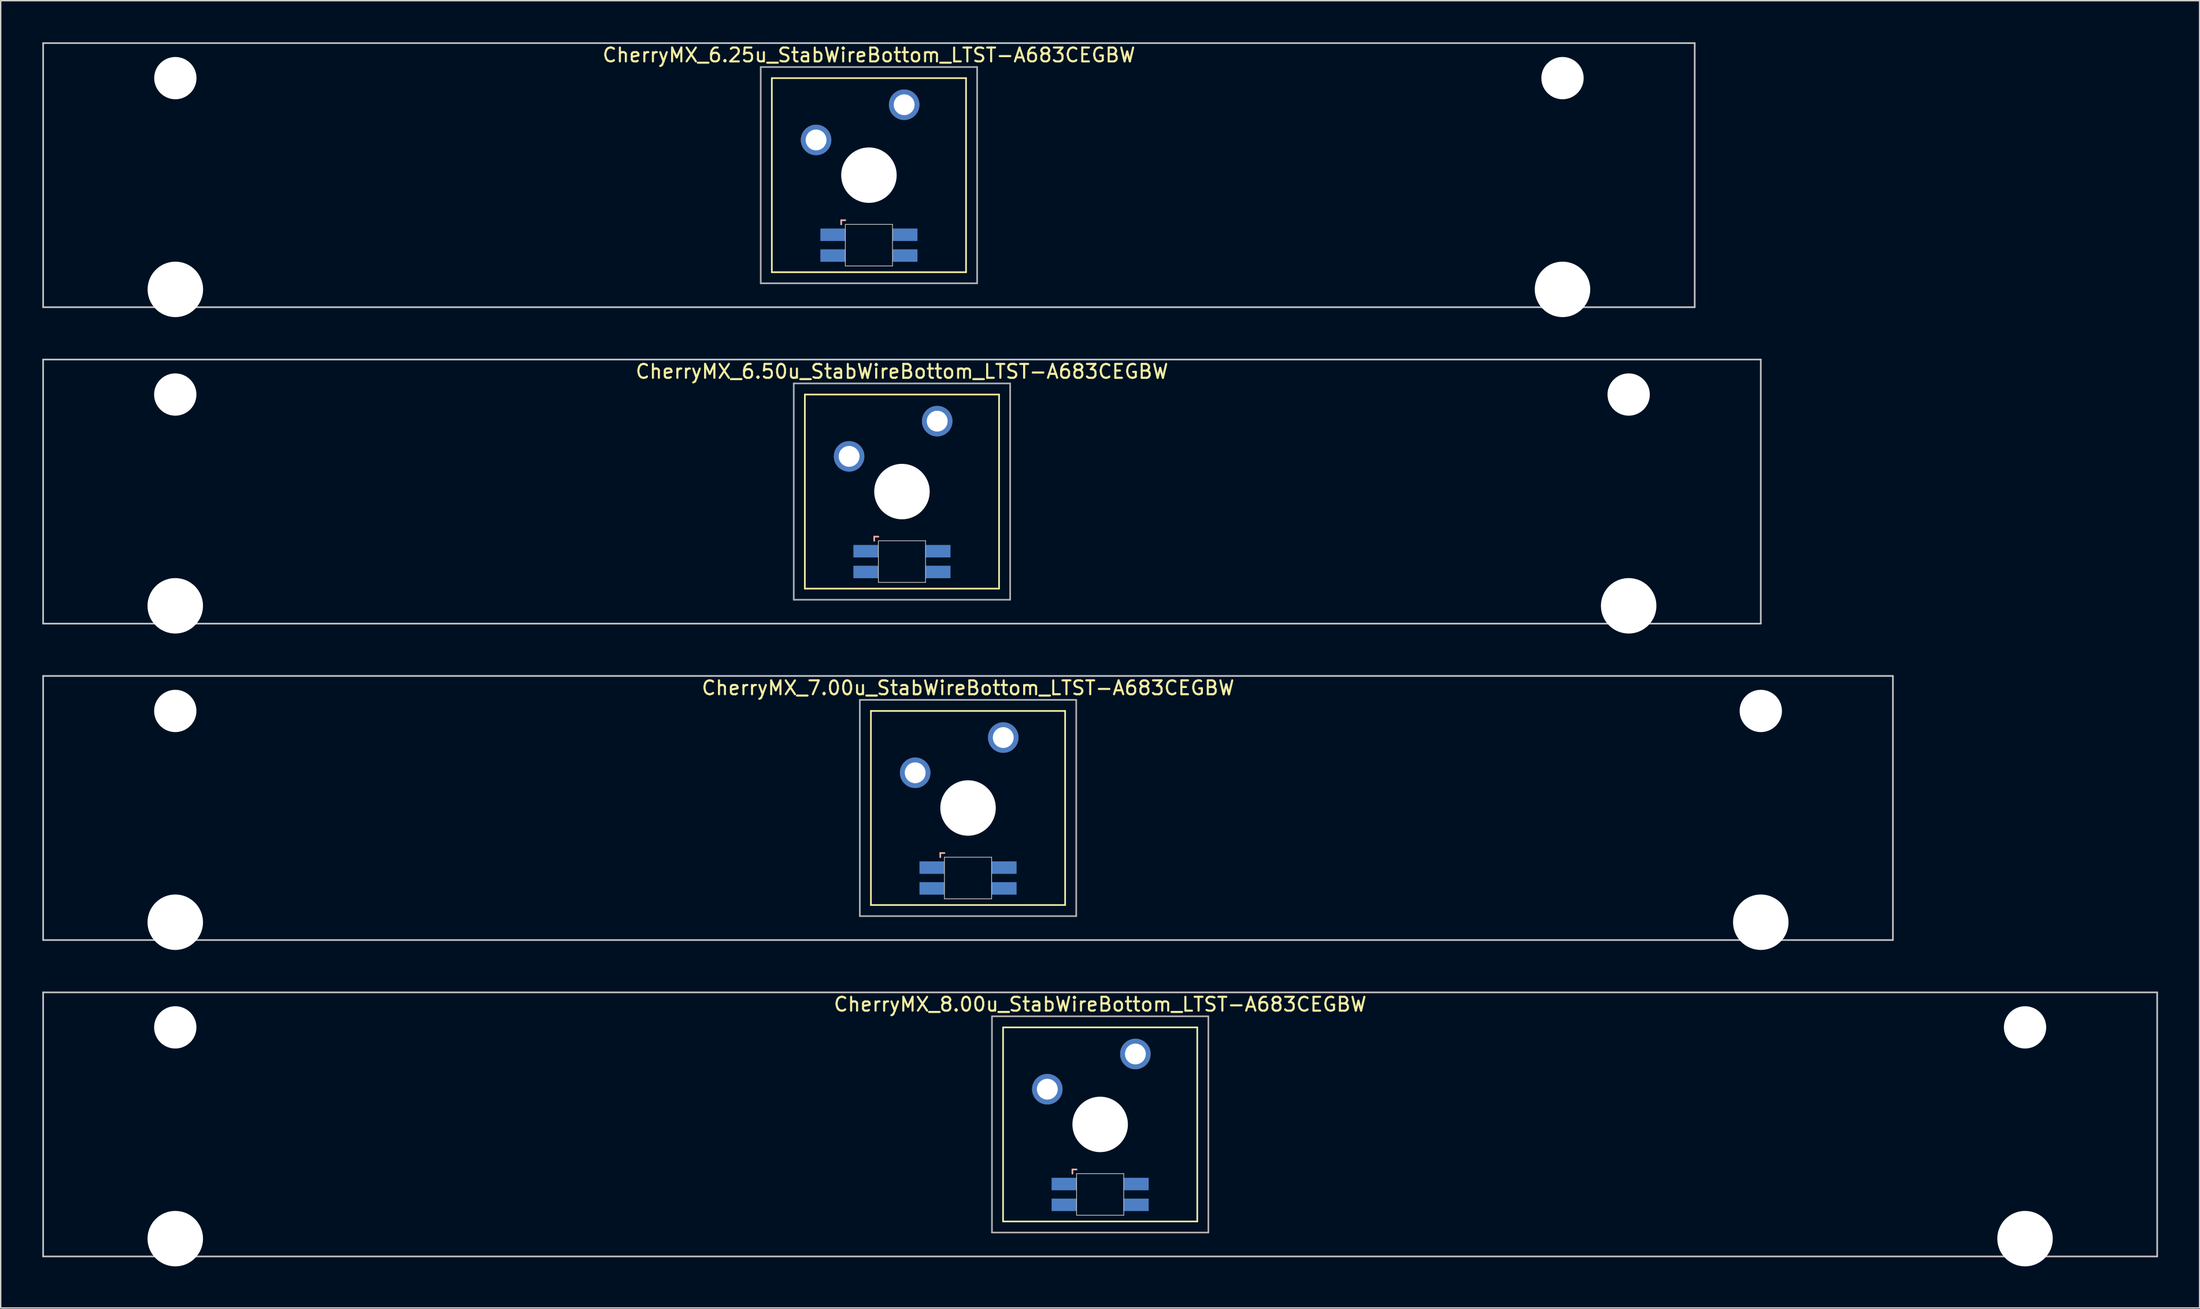
<source format=kicad_pcb>
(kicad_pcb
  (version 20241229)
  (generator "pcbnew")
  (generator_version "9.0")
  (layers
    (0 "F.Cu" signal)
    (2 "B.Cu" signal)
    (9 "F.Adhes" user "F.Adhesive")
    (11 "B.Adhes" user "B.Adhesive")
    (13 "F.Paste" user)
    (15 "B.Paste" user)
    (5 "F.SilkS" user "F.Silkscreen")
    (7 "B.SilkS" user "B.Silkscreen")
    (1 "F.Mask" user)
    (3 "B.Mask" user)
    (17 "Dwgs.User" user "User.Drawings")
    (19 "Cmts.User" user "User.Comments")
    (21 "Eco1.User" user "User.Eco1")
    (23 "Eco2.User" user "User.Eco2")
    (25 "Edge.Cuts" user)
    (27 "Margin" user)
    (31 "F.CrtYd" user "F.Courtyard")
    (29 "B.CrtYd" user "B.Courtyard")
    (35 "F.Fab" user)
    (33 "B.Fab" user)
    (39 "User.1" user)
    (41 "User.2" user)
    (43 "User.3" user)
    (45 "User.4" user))
  (footprint "CherryMX_8.00u_StabWireBottom_LTST-A683CEGBW"
    (layer "F.Cu")
    (at 76.26 78.06)
    (property "Reference" "CherryMX_8.00u_StabWireBottom_LTST-A683CEGBW" (at 0 -8.662 0) (layer "F.SilkS") (effects (font (size 1 1) (thickness 0.15))))
    (attr through_hole)
    (fp_line (start -7 -7) (end -7 7) (stroke (width 0.12) (type solid)) (layer "F.SilkS"))
    (fp_line (start -7 -7) (end 7 -7) (stroke (width 0.12) (type solid)) (layer "F.SilkS"))
    (fp_line (start 7 -7) (end 7 7) (stroke (width 0.12) (type solid)) (layer "F.SilkS"))
    (fp_line (start 7 7) (end -7 7) (stroke (width 0.12) (type solid)) (layer "F.SilkS"))
    (fp_line (start -2 3.25) (end -2 3.55) (stroke (width 0.12) (type solid)) (layer "B.SilkS"))
    (fp_line (start -1.7 3.25) (end -2 3.25) (stroke (width 0.12) (type solid)) (layer "B.SilkS"))
    (fp_line (start -76.2 -9.525) (end 76.2 -9.525) (stroke (width 0.12) (type solid)) (layer "Dwgs.User"))
    (fp_line (start -76.2 9.525) (end -76.2 -9.525) (stroke (width 0.12) (type solid)) (layer "Dwgs.User"))
    (fp_line (start 76.2 -9.525) (end 76.2 9.525) (stroke (width 0.12) (type solid)) (layer "Dwgs.User"))
    (fp_line (start 76.2 9.525) (end -76.2 9.525) (stroke (width 0.12) (type solid)) (layer "Dwgs.User"))
    (fp_line (start -1.7 3.55) (end 1.7 3.55) (stroke (width 0.05) (type solid)) (layer "Edge.Cuts"))
    (fp_line (start -1.7 6.55) (end -1.7 3.55) (stroke (width 0.05) (type solid)) (layer "Edge.Cuts"))
    (fp_line (start 1.7 3.55) (end 1.7 6.55) (stroke (width 0.05) (type solid)) (layer "Edge.Cuts"))
    (fp_line (start 1.7 6.55) (end -1.7 6.55) (stroke (width 0.05) (type solid)) (layer "Edge.Cuts"))
    (fp_line (start -7.8 -7.8) (end -7.8 7.8) (stroke (width 0.12) (type solid)) (layer "F.Fab"))
    (fp_line (start -7.8 -7.8) (end 7.8 -7.8) (stroke (width 0.12) (type solid)) (layer "F.Fab"))
    (fp_line (start -7.8 7.8) (end 7.8 7.8) (stroke (width 0.12) (type solid)) (layer "F.Fab"))
    (fp_line (start 7.8 -7.8) (end 7.8 7.8) (stroke (width 0.12) (type solid)) (layer "F.Fab"))
    (pad "" np_thru_hole circle (at -66.675 -7) (size 3.05 3.05) (drill 3.05) (layers "*.Cu" "*.Mask"))
    (pad "" np_thru_hole circle (at -66.675 8.24) (size 4 4) (drill 4) (layers "*.Cu" "*.Mask"))
    (pad "" np_thru_hole circle (at 0 0) (size 4 4) (drill 4) (layers "*.Cu" "*.Mask"))
    (pad "" np_thru_hole circle (at 66.675 -7) (size 3.05 3.05) (drill 3.05) (layers "*.Cu" "*.Mask"))
    (pad "" np_thru_hole circle (at 66.675 8.24) (size 4 4) (drill 4) (layers "*.Cu" "*.Mask"))
    (pad "1" thru_hole circle (at -3.81 -2.54) (size 2.2 2.2) (drill 1.5) (layers "*.Cu" "*.Mask"))
    (pad "2" thru_hole circle (at 2.54 -5.08) (size 2.2 2.2) (drill 1.5) (layers "*.Cu" "*.Mask"))
    (pad "3" smd rect (at -2.6 4.3) (size 1.8 0.9) (layers "B.Cu" "B.Mask" "B.Paste"))
    (pad "4" smd rect (at -2.6 5.8) (size 1.8 0.9) (layers "B.Cu" "B.Mask" "B.Paste"))
    (pad "5" smd rect (at 2.6 4.3) (size 1.8 0.9) (layers "B.Cu" "B.Mask" "B.Paste"))
    (pad "6" smd rect (at 2.6 5.8) (size 1.8 0.9) (layers "B.Cu" "B.Mask" "B.Paste")))
  (footprint "CherryMX_7.00u_StabWireBottom_LTST-A683CEGBW"
    (layer "F.Cu")
    (at 66.735 55.235)
    (property "Reference" "CherryMX_7.00u_StabWireBottom_LTST-A683CEGBW" (at 0 -8.662 0) (layer "F.SilkS") (effects (font (size 1 1) (thickness 0.15))))
    (attr through_hole)
    (fp_line (start -7 -7) (end -7 7) (stroke (width 0.12) (type solid)) (layer "F.SilkS"))
    (fp_line (start -7 -7) (end 7 -7) (stroke (width 0.12) (type solid)) (layer "F.SilkS"))
    (fp_line (start 7 -7) (end 7 7) (stroke (width 0.12) (type solid)) (layer "F.SilkS"))
    (fp_line (start 7 7) (end -7 7) (stroke (width 0.12) (type solid)) (layer "F.SilkS"))
    (fp_line (start -2 3.25) (end -2 3.55) (stroke (width 0.12) (type solid)) (layer "B.SilkS"))
    (fp_line (start -1.7 3.25) (end -2 3.25) (stroke (width 0.12) (type solid)) (layer "B.SilkS"))
    (fp_line (start -66.675 -9.525) (end 66.675 -9.525) (stroke (width 0.12) (type solid)) (layer "Dwgs.User"))
    (fp_line (start -66.675 9.525) (end -66.675 -9.525) (stroke (width 0.12) (type solid)) (layer "Dwgs.User"))
    (fp_line (start 66.675 -9.525) (end 66.675 9.525) (stroke (width 0.12) (type solid)) (layer "Dwgs.User"))
    (fp_line (start 66.675 9.525) (end -66.675 9.525) (stroke (width 0.12) (type solid)) (layer "Dwgs.User"))
    (fp_line (start -1.7 3.55) (end 1.7 3.55) (stroke (width 0.05) (type solid)) (layer "Edge.Cuts"))
    (fp_line (start -1.7 6.55) (end -1.7 3.55) (stroke (width 0.05) (type solid)) (layer "Edge.Cuts"))
    (fp_line (start 1.7 3.55) (end 1.7 6.55) (stroke (width 0.05) (type solid)) (layer "Edge.Cuts"))
    (fp_line (start 1.7 6.55) (end -1.7 6.55) (stroke (width 0.05) (type solid)) (layer "Edge.Cuts"))
    (fp_line (start -7.8 -7.8) (end -7.8 7.8) (stroke (width 0.12) (type solid)) (layer "F.Fab"))
    (fp_line (start -7.8 -7.8) (end 7.8 -7.8) (stroke (width 0.12) (type solid)) (layer "F.Fab"))
    (fp_line (start -7.8 7.8) (end 7.8 7.8) (stroke (width 0.12) (type solid)) (layer "F.Fab"))
    (fp_line (start 7.8 -7.8) (end 7.8 7.8) (stroke (width 0.12) (type solid)) (layer "F.Fab"))
    (pad "" np_thru_hole circle (at -57.15 -7) (size 3.05 3.05) (drill 3.05) (layers "*.Cu" "*.Mask"))
    (pad "" np_thru_hole circle (at -57.15 8.24) (size 4 4) (drill 4) (layers "*.Cu" "*.Mask"))
    (pad "" np_thru_hole circle (at 0 0) (size 4 4) (drill 4) (layers "*.Cu" "*.Mask"))
    (pad "" np_thru_hole circle (at 57.15 -7) (size 3.05 3.05) (drill 3.05) (layers "*.Cu" "*.Mask"))
    (pad "" np_thru_hole circle (at 57.15 8.24) (size 4 4) (drill 4) (layers "*.Cu" "*.Mask"))
    (pad "1" thru_hole circle (at -3.81 -2.54) (size 2.2 2.2) (drill 1.5) (layers "*.Cu" "*.Mask"))
    (pad "2" thru_hole circle (at 2.54 -5.08) (size 2.2 2.2) (drill 1.5) (layers "*.Cu" "*.Mask"))
    (pad "3" smd rect (at -2.6 4.3) (size 1.8 0.9) (layers "B.Cu" "B.Mask" "B.Paste"))
    (pad "4" smd rect (at -2.6 5.8) (size 1.8 0.9) (layers "B.Cu" "B.Mask" "B.Paste"))
    (pad "5" smd rect (at 2.6 4.3) (size 1.8 0.9) (layers "B.Cu" "B.Mask" "B.Paste"))
    (pad "6" smd rect (at 2.6 5.8) (size 1.8 0.9) (layers "B.Cu" "B.Mask" "B.Paste")))
  (footprint "CherryMX_6.50u_StabWireBottom_LTST-A683CEGBW"
    (layer "F.Cu")
    (at 61.972 32.41)
    (property "Reference" "CherryMX_6.50u_StabWireBottom_LTST-A683CEGBW" (at 0 -8.662 0) (layer "F.SilkS") (effects (font (size 1 1) (thickness 0.15))))
    (attr through_hole)
    (fp_line (start -7 -7) (end -7 7) (stroke (width 0.12) (type solid)) (layer "F.SilkS"))
    (fp_line (start -7 -7) (end 7 -7) (stroke (width 0.12) (type solid)) (layer "F.SilkS"))
    (fp_line (start 7 -7) (end 7 7) (stroke (width 0.12) (type solid)) (layer "F.SilkS"))
    (fp_line (start 7 7) (end -7 7) (stroke (width 0.12) (type solid)) (layer "F.SilkS"))
    (fp_line (start -2 3.25) (end -2 3.55) (stroke (width 0.12) (type solid)) (layer "B.SilkS"))
    (fp_line (start -1.7 3.25) (end -2 3.25) (stroke (width 0.12) (type solid)) (layer "B.SilkS"))
    (fp_line (start -61.913 -9.525) (end 61.913 -9.525) (stroke (width 0.12) (type solid)) (layer "Dwgs.User"))
    (fp_line (start -61.913 9.525) (end -61.913 -9.525) (stroke (width 0.12) (type solid)) (layer "Dwgs.User"))
    (fp_line (start 61.913 -9.525) (end 61.913 9.525) (stroke (width 0.12) (type solid)) (layer "Dwgs.User"))
    (fp_line (start 61.913 9.525) (end -61.913 9.525) (stroke (width 0.12) (type solid)) (layer "Dwgs.User"))
    (fp_line (start -1.7 3.55) (end 1.7 3.55) (stroke (width 0.05) (type solid)) (layer "Edge.Cuts"))
    (fp_line (start -1.7 6.55) (end -1.7 3.55) (stroke (width 0.05) (type solid)) (layer "Edge.Cuts"))
    (fp_line (start 1.7 3.55) (end 1.7 6.55) (stroke (width 0.05) (type solid)) (layer "Edge.Cuts"))
    (fp_line (start 1.7 6.55) (end -1.7 6.55) (stroke (width 0.05) (type solid)) (layer "Edge.Cuts"))
    (fp_line (start -7.8 -7.8) (end -7.8 7.8) (stroke (width 0.12) (type solid)) (layer "F.Fab"))
    (fp_line (start -7.8 -7.8) (end 7.8 -7.8) (stroke (width 0.12) (type solid)) (layer "F.Fab"))
    (fp_line (start -7.8 7.8) (end 7.8 7.8) (stroke (width 0.12) (type solid)) (layer "F.Fab"))
    (fp_line (start 7.8 -7.8) (end 7.8 7.8) (stroke (width 0.12) (type solid)) (layer "F.Fab"))
    (pad "" np_thru_hole circle (at -52.388 -7) (size 3.05 3.05) (drill 3.05) (layers "*.Cu" "*.Mask"))
    (pad "" np_thru_hole circle (at -52.388 8.24) (size 4 4) (drill 4) (layers "*.Cu" "*.Mask"))
    (pad "" np_thru_hole circle (at 0 0) (size 4 4) (drill 4) (layers "*.Cu" "*.Mask"))
    (pad "" np_thru_hole circle (at 52.388 -7) (size 3.05 3.05) (drill 3.05) (layers "*.Cu" "*.Mask"))
    (pad "" np_thru_hole circle (at 52.388 8.24) (size 4 4) (drill 4) (layers "*.Cu" "*.Mask"))
    (pad "1" thru_hole circle (at -3.81 -2.54) (size 2.2 2.2) (drill 1.5) (layers "*.Cu" "*.Mask"))
    (pad "2" thru_hole circle (at 2.54 -5.08) (size 2.2 2.2) (drill 1.5) (layers "*.Cu" "*.Mask"))
    (pad "3" smd rect (at -2.6 4.3) (size 1.8 0.9) (layers "B.Cu" "B.Mask" "B.Paste"))
    (pad "4" smd rect (at -2.6 5.8) (size 1.8 0.9) (layers "B.Cu" "B.Mask" "B.Paste"))
    (pad "5" smd rect (at 2.6 4.3) (size 1.8 0.9) (layers "B.Cu" "B.Mask" "B.Paste"))
    (pad "6" smd rect (at 2.6 5.8) (size 1.8 0.9) (layers "B.Cu" "B.Mask" "B.Paste")))
  (footprint "CherryMX_6.25u_StabWireBottom_LTST-A683CEGBW"
    (layer "F.Cu")
    (at 59.591 9.585)
    (property "Reference" "CherryMX_6.25u_StabWireBottom_LTST-A683CEGBW" (at 0 -8.662 0) (layer "F.SilkS") (effects (font (size 1 1) (thickness 0.15))))
    (attr through_hole)
    (fp_line (start -7 -7) (end -7 7) (stroke (width 0.12) (type solid)) (layer "F.SilkS"))
    (fp_line (start -7 -7) (end 7 -7) (stroke (width 0.12) (type solid)) (layer "F.SilkS"))
    (fp_line (start 7 -7) (end 7 7) (stroke (width 0.12) (type solid)) (layer "F.SilkS"))
    (fp_line (start 7 7) (end -7 7) (stroke (width 0.12) (type solid)) (layer "F.SilkS"))
    (fp_line (start -2 3.25) (end -2 3.55) (stroke (width 0.12) (type solid)) (layer "B.SilkS"))
    (fp_line (start -1.7 3.25) (end -2 3.25) (stroke (width 0.12) (type solid)) (layer "B.SilkS"))
    (fp_line (start -59.531 -9.525) (end 59.531 -9.525) (stroke (width 0.12) (type solid)) (layer "Dwgs.User"))
    (fp_line (start -59.531 9.525) (end -59.531 -9.525) (stroke (width 0.12) (type solid)) (layer "Dwgs.User"))
    (fp_line (start 59.531 -9.525) (end 59.531 9.525) (stroke (width 0.12) (type solid)) (layer "Dwgs.User"))
    (fp_line (start 59.531 9.525) (end -59.531 9.525) (stroke (width 0.12) (type solid)) (layer "Dwgs.User"))
    (fp_line (start -1.7 3.55) (end 1.7 3.55) (stroke (width 0.05) (type solid)) (layer "Edge.Cuts"))
    (fp_line (start -1.7 6.55) (end -1.7 3.55) (stroke (width 0.05) (type solid)) (layer "Edge.Cuts"))
    (fp_line (start 1.7 3.55) (end 1.7 6.55) (stroke (width 0.05) (type solid)) (layer "Edge.Cuts"))
    (fp_line (start 1.7 6.55) (end -1.7 6.55) (stroke (width 0.05) (type solid)) (layer "Edge.Cuts"))
    (fp_line (start -7.8 -7.8) (end -7.8 7.8) (stroke (width 0.12) (type solid)) (layer "F.Fab"))
    (fp_line (start -7.8 -7.8) (end 7.8 -7.8) (stroke (width 0.12) (type solid)) (layer "F.Fab"))
    (fp_line (start -7.8 7.8) (end 7.8 7.8) (stroke (width 0.12) (type solid)) (layer "F.Fab"))
    (fp_line (start 7.8 -7.8) (end 7.8 7.8) (stroke (width 0.12) (type solid)) (layer "F.Fab"))
    (pad "" np_thru_hole circle (at -50 -7) (size 3.05 3.05) (drill 3.05) (layers "*.Cu" "*.Mask"))
    (pad "" np_thru_hole circle (at -50 8.24) (size 4 4) (drill 4) (layers "*.Cu" "*.Mask"))
    (pad "" np_thru_hole circle (at 0 0) (size 4 4) (drill 4) (layers "*.Cu" "*.Mask"))
    (pad "" np_thru_hole circle (at 50 -7) (size 3.05 3.05) (drill 3.05) (layers "*.Cu" "*.Mask"))
    (pad "" np_thru_hole circle (at 50 8.24) (size 4 4) (drill 4) (layers "*.Cu" "*.Mask"))
    (pad "1" thru_hole circle (at -3.81 -2.54) (size 2.2 2.2) (drill 1.5) (layers "*.Cu" "*.Mask"))
    (pad "2" thru_hole circle (at 2.54 -5.08) (size 2.2 2.2) (drill 1.5) (layers "*.Cu" "*.Mask"))
    (pad "3" smd rect (at -2.6 4.3) (size 1.8 0.9) (layers "B.Cu" "B.Mask" "B.Paste"))
    (pad "4" smd rect (at -2.6 5.8) (size 1.8 0.9) (layers "B.Cu" "B.Mask" "B.Paste"))
    (pad "5" smd rect (at 2.6 4.3) (size 1.8 0.9) (layers "B.Cu" "B.Mask" "B.Paste"))
    (pad "6" smd rect (at 2.6 5.8) (size 1.8 0.9) (layers "B.Cu" "B.Mask" "B.Paste")))
  (gr_rect
    (start -3 -3)
    (end 155.52 91.3)
    (stroke (width 0.1) (type default))
    (fill no)
    (layer "Edge.Cuts")))
</source>
